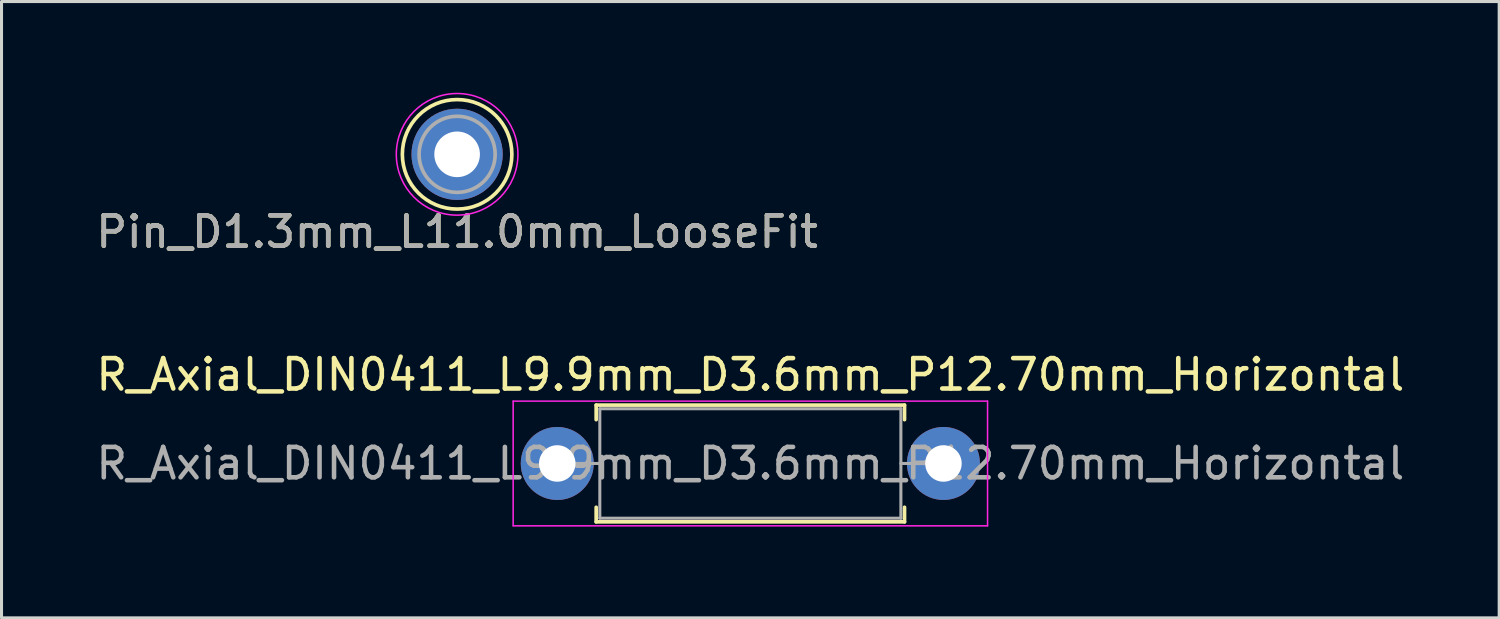
<source format=kicad_pcb>
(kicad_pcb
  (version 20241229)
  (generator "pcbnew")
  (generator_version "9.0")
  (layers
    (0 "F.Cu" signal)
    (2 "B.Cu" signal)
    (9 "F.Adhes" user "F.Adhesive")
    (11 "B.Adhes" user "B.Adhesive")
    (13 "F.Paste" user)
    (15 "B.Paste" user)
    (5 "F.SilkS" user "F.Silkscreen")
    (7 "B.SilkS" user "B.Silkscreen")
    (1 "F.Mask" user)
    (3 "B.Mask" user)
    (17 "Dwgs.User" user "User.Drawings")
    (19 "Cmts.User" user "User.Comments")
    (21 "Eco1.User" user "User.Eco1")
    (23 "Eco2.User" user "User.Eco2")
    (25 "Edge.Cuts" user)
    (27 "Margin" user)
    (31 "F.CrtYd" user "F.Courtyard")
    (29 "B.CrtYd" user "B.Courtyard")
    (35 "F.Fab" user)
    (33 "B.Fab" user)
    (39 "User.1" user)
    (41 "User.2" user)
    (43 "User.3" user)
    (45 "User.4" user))
  (footprint "R_Axial_DIN0411_L9.9mm_D3.6mm_P12.70mm_Horizontal"
    (layer "F.Cu")
    (at 15.275 12.191)
    (property "Reference" "R_Axial_DIN0411_L9.9mm_D3.6mm_P12.70mm_Horizontal" (at 6.35 -2.92 0) (layer "F.SilkS") (effects (font (size 1 1) (thickness 0.15))))
    (attr through_hole)
    (fp_line (start 1.28 -1.92) (end 11.42 -1.92) (stroke (width 0.12) (type solid)) (layer "F.SilkS"))
    (fp_line (start 1.28 -1.44) (end 1.28 -1.92) (stroke (width 0.12) (type solid)) (layer "F.SilkS"))
    (fp_line (start 1.28 1.44) (end 1.28 1.92) (stroke (width 0.12) (type solid)) (layer "F.SilkS"))
    (fp_line (start 1.28 1.92) (end 11.42 1.92) (stroke (width 0.12) (type solid)) (layer "F.SilkS"))
    (fp_line (start 11.42 -1.92) (end 11.42 -1.44) (stroke (width 0.12) (type solid)) (layer "F.SilkS"))
    (fp_line (start 11.42 1.92) (end 11.42 1.44) (stroke (width 0.12) (type solid)) (layer "F.SilkS"))
    (fp_line (start -1.45 -2.05) (end -1.45 2.05) (stroke (width 0.05) (type solid)) (layer "F.CrtYd"))
    (fp_line (start -1.45 2.05) (end 14.15 2.05) (stroke (width 0.05) (type solid)) (layer "F.CrtYd"))
    (fp_line (start 14.15 -2.05) (end -1.45 -2.05) (stroke (width 0.05) (type solid)) (layer "F.CrtYd"))
    (fp_line (start 14.15 2.05) (end 14.15 -2.05) (stroke (width 0.05) (type solid)) (layer "F.CrtYd"))
    (fp_line (start 0 0) (end 1.4 0) (stroke (width 0.1) (type solid)) (layer "F.Fab"))
    (fp_line (start 1.4 -1.8) (end 1.4 1.8) (stroke (width 0.1) (type solid)) (layer "F.Fab"))
    (fp_line (start 1.4 1.8) (end 11.3 1.8) (stroke (width 0.1) (type solid)) (layer "F.Fab"))
    (fp_line (start 11.3 -1.8) (end 1.4 -1.8) (stroke (width 0.1) (type solid)) (layer "F.Fab"))
    (fp_line (start 11.3 1.8) (end 11.3 -1.8) (stroke (width 0.1) (type solid)) (layer "F.Fab"))
    (fp_line (start 12.7 0) (end 11.3 0) (stroke (width 0.1) (type solid)) (layer "F.Fab"))
    (fp_text user "${REFERENCE}" (at 6.35 0 0) (layer "F.Fab") (effects (font (size 1 1) (thickness 0.15))))
    (pad "1" thru_hole circle (at 0 0) (size 2.4 2.4) (drill 1.2) (layers "*.Cu" "*.Mask"))
    (pad "2" thru_hole oval (at 12.7 0) (size 2.4 2.4) (drill 1.2) (layers "*.Cu" "*.Mask")))
  (footprint "Pin_D1.3mm_L11.0mm_LooseFit"
    (layer "F.Cu")
    (at 11.982 2.025)
    (property "Reference" "Pin_D1.3mm_L11.0mm_LooseFit" (at 0 2.55 0) (layer "F.SilkS") (effects (font (size 1 1) (thickness 0.15))))
    (attr through_hole)
    (fp_circle (center 0 0) (end 1.8 0.05) (stroke (width 0.12) (type solid)) (fill no) (layer "F.SilkS"))
    (fp_circle (center 0 0) (end 2 0) (stroke (width 0.05) (type solid)) (fill no) (layer "F.CrtYd"))
    (fp_circle (center 0 0) (end 0.65 -0.05) (stroke (width 0.12) (type solid)) (fill no) (layer "F.Fab"))
    (fp_circle (center 0 0) (end 1.25 -0.05) (stroke (width 0.12) (type solid)) (fill no) (layer "F.Fab"))
    (fp_text user "${REFERENCE}" (at 0 2.55 0) (layer "F.Fab") (effects (font (size 1 1) (thickness 0.15))))
    (pad "1" thru_hole circle (at 0 0) (size 3 3) (drill 1.5) (layers "*.Cu" "*.Mask")))
  (gr_rect
    (start -3 -3)
    (end 46.25 17.267)
    (stroke (width 0.1) (type default))
    (fill no)
    (layer "Edge.Cuts")))
</source>
